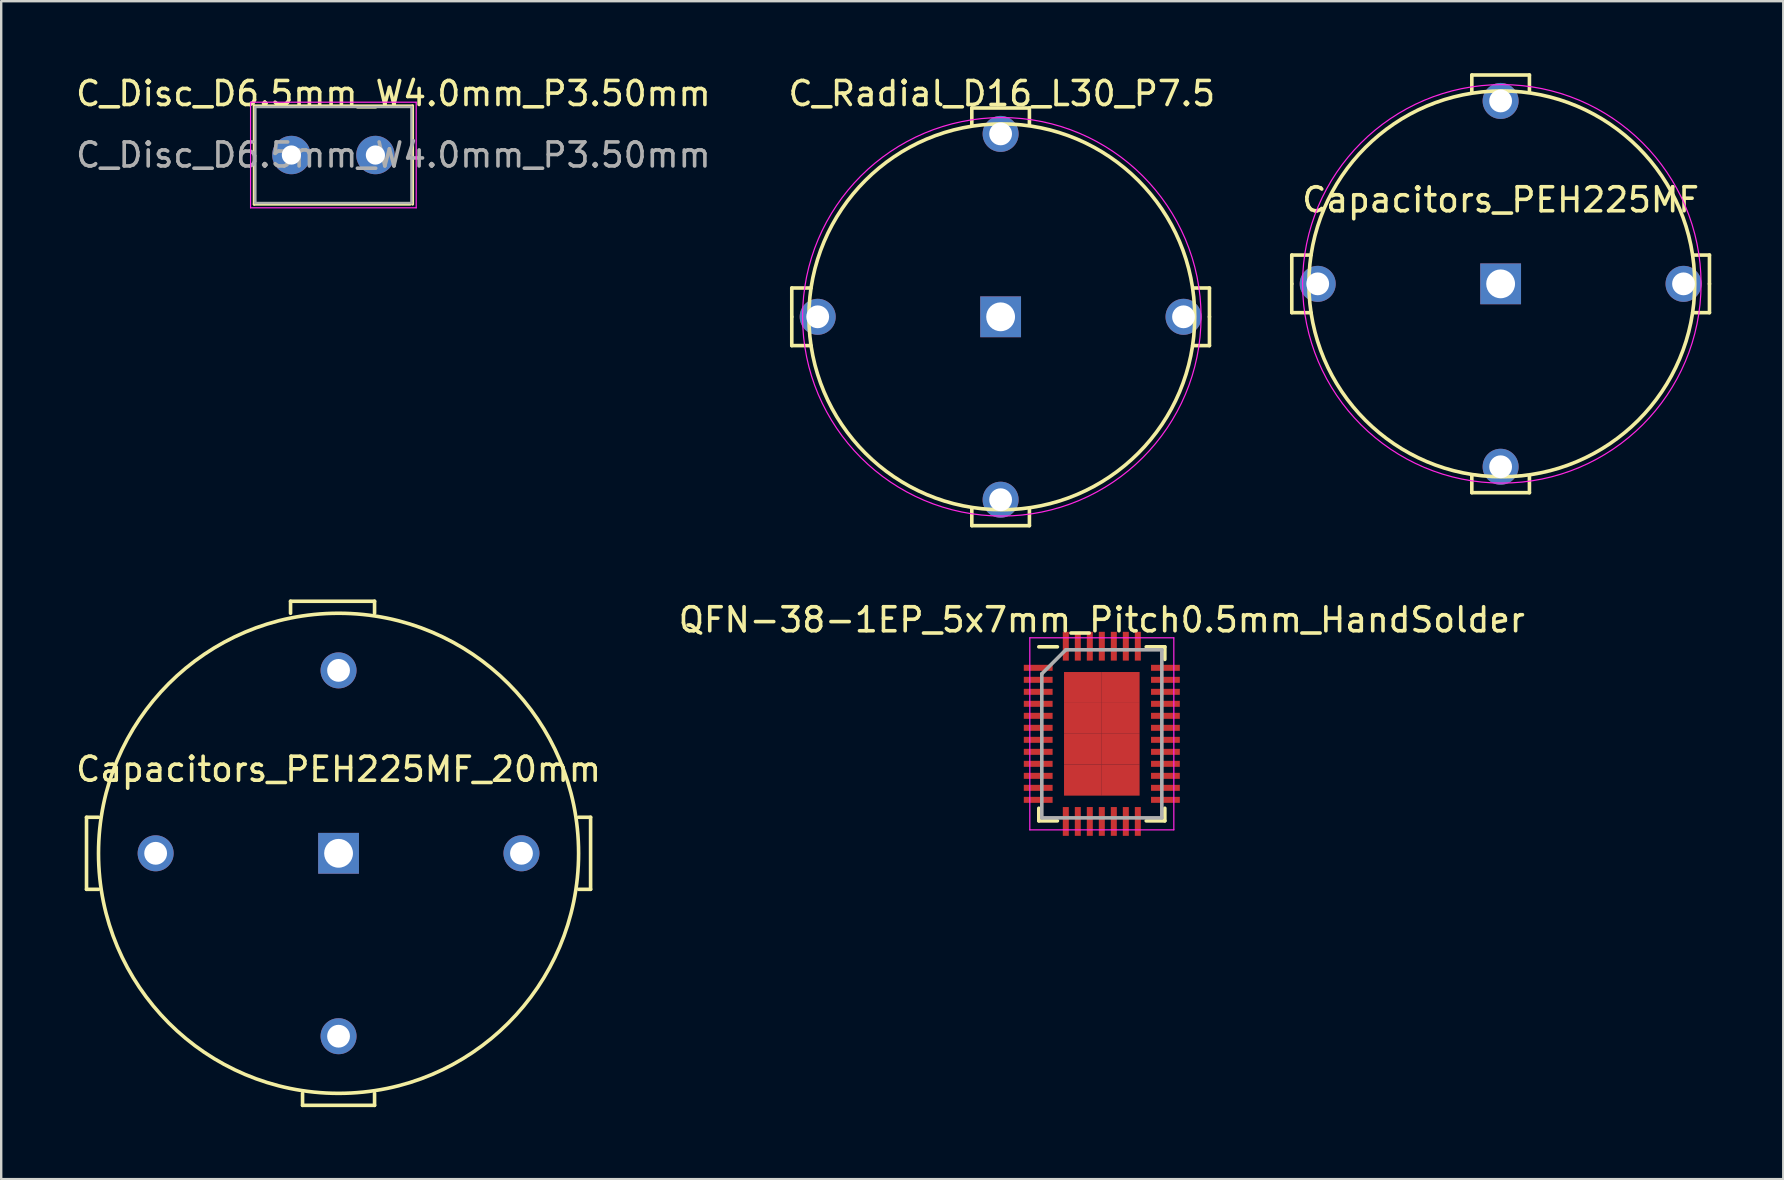
<source format=kicad_pcb>
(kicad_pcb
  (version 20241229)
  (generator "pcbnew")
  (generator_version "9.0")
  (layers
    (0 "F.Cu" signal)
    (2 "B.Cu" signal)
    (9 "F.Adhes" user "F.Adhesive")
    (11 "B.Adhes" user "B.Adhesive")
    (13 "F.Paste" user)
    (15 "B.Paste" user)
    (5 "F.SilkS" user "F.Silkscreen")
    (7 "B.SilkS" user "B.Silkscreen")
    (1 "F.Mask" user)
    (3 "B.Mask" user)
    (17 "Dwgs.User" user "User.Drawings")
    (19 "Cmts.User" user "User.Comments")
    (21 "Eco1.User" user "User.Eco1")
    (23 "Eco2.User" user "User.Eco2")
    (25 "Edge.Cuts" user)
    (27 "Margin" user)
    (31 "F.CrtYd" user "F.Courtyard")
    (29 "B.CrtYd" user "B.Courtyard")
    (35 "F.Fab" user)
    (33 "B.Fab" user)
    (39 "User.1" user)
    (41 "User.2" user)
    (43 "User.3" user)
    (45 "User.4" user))
  (footprint "C_Disc_D6.5mm_W4.0mm_P3.50mm"
    (layer "F.Cu")
    (at 10.839 3.408)
    (property "Reference" "C_Disc_D6.5mm_W4.0mm_P3.50mm" (at 2.5 -2.56 0) (layer "F.SilkS") (effects (font (size 1 1) (thickness 0.15))))
    (attr through_hole)
    (fp_line (start -3.3 -2.05) (end -3.3 2.05) (stroke (width 0.12) (type solid)) (layer "F.SilkS"))
    (fp_line (start -3.3 -2.05) (end 3.3 -2.05) (stroke (width 0.12) (type solid)) (layer "F.SilkS"))
    (fp_line (start -3.3 2.05) (end 3.2 2.05) (stroke (width 0.12) (type solid)) (layer "F.SilkS"))
    (fp_line (start 3.3 -2.05) (end 3.3 2.05) (stroke (width 0.12) (type solid)) (layer "F.SilkS"))
    (fp_line (start -3.45 -2.2) (end -3.45 2.2) (stroke (width 0.05) (type solid)) (layer "F.CrtYd"))
    (fp_line (start -3.45 2.2) (end 3.45 2.2) (stroke (width 0.05) (type solid)) (layer "F.CrtYd"))
    (fp_line (start 3.45 -2.2) (end -3.45 -2.2) (stroke (width 0.05) (type solid)) (layer "F.CrtYd"))
    (fp_line (start 3.45 2.2) (end 3.45 -2.2) (stroke (width 0.05) (type solid)) (layer "F.CrtYd"))
    (fp_line (start -3.25 -2) (end -3.25 2) (stroke (width 0.1) (type solid)) (layer "F.Fab"))
    (fp_line (start -3.25 2) (end 3.25 2) (stroke (width 0.1) (type solid)) (layer "F.Fab"))
    (fp_line (start 3.25 -2) (end -3.25 -2) (stroke (width 0.1) (type solid)) (layer "F.Fab"))
    (fp_line (start 3.25 2) (end 3.25 -2) (stroke (width 0.1) (type solid)) (layer "F.Fab"))
    (fp_text user "${REFERENCE}" (at 2.5 0 0) (layer "F.Fab") (effects (font (size 1 1) (thickness 0.15))))
    (pad "1" thru_hole circle (at -1.75 0) (size 1.6 1.6) (drill 0.8) (layers "*.Cu" "*.Mask"))
    (pad "2" thru_hole circle (at 1.75 0) (size 1.6 1.6) (drill 0.8) (layers "*.Cu" "*.Mask")))
  (footprint "C_Radial_D16_L30_P7.5"
    (layer "F.Cu")
    (at 38.635 10.148)
    (property "Reference" "C_Radial_D16_L30_P7.5" (at 0.05 -9.3 0) (layer "F.SilkS") (effects (font (size 1 1) (thickness 0.15))))
    (attr through_hole)
    (fp_line (start -8.7 -1.2) (end -7.9 -1.2) (stroke (width 0.15) (type solid)) (layer "F.SilkS"))
    (fp_line (start -8.7 0) (end -8.7 -1.2) (stroke (width 0.15) (type solid)) (layer "F.SilkS"))
    (fp_line (start -8.7 0) (end -8.7 1.2) (stroke (width 0.15) (type solid)) (layer "F.SilkS"))
    (fp_line (start -8.7 1.2) (end -7.9 1.2) (stroke (width 0.15) (type solid)) (layer "F.SilkS"))
    (fp_line (start -1.2 -8.7) (end -1.2 -8) (stroke (width 0.15) (type solid)) (layer "F.SilkS"))
    (fp_line (start -1.2 -8.7) (end 1.2 -8.7) (stroke (width 0.15) (type solid)) (layer "F.SilkS"))
    (fp_line (start -1.2 8) (end -1.2 8.7) (stroke (width 0.15) (type solid)) (layer "F.SilkS"))
    (fp_line (start -1.2 8.7) (end 1.2 8.7) (stroke (width 0.15) (type solid)) (layer "F.SilkS"))
    (fp_line (start 1.2 -8.7) (end 1.2 -8) (stroke (width 0.15) (type solid)) (layer "F.SilkS"))
    (fp_line (start 1.2 8.7) (end 1.2 8) (stroke (width 0.15) (type solid)) (layer "F.SilkS"))
    (fp_line (start 8.7 -1.2) (end 8 -1.2) (stroke (width 0.15) (type solid)) (layer "F.SilkS"))
    (fp_line (start 8.7 0) (end 8.7 -1.2) (stroke (width 0.15) (type solid)) (layer "F.SilkS"))
    (fp_line (start 8.7 0) (end 8.7 1.2) (stroke (width 0.15) (type solid)) (layer "F.SilkS"))
    (fp_line (start 8.7 1.2) (end 8 1.2) (stroke (width 0.15) (type solid)) (layer "F.SilkS"))
    (fp_circle (center 0.05 0) (end 0.05 -8.037) (stroke (width 0.15) (type solid)) (fill no) (layer "F.SilkS"))
    (fp_circle (center 0.05 0) (end 0.05 -8.3) (stroke (width 0.05) (type solid)) (fill no) (layer "F.CrtYd"))
    (pad "1" thru_hole rect (at 0 0) (size 1.7 1.7) (drill 1.2) (layers "*.Cu" "*.Mask"))
    (pad "2" thru_hole circle (at -7.62 0) (size 1.5 1.5) (drill 0.95) (layers "*.Cu" "*.Mask"))
    (pad "2" thru_hole circle (at 0 -7.62) (size 1.5 1.5) (drill 0.95) (layers "*.Cu" "*.Mask"))
    (pad "2" thru_hole circle (at 0 7.62) (size 1.5 1.5) (drill 0.95) (layers "*.Cu" "*.Mask"))
    (pad "2" thru_hole circle (at 7.62 0) (size 1.5 1.5) (drill 0.95) (layers "*.Cu" "*.Mask")))
  (footprint "Capacitors_PEH225MF"
    (layer "F.Cu")
    (at 59.465 8.775)
    (property "Reference" "Capacitors_PEH225MF" (at 0 -3.5 0) (layer "F.SilkS") (effects (font (size 1 1) (thickness 0.15))))
    (attr through_hole)
    (fp_line (start -8.7 -1.2) (end -7.9 -1.2) (stroke (width 0.15) (type solid)) (layer "F.SilkS"))
    (fp_line (start -8.7 0) (end -8.7 -1.2) (stroke (width 0.15) (type solid)) (layer "F.SilkS"))
    (fp_line (start -8.7 0) (end -8.7 1.2) (stroke (width 0.15) (type solid)) (layer "F.SilkS"))
    (fp_line (start -8.7 1.2) (end -7.9 1.2) (stroke (width 0.15) (type solid)) (layer "F.SilkS"))
    (fp_line (start -1.2 -8.7) (end -1.2 -8) (stroke (width 0.15) (type solid)) (layer "F.SilkS"))
    (fp_line (start -1.2 -8.7) (end 1.2 -8.7) (stroke (width 0.15) (type solid)) (layer "F.SilkS"))
    (fp_line (start -1.2 8) (end -1.2 8.7) (stroke (width 0.15) (type solid)) (layer "F.SilkS"))
    (fp_line (start -1.2 8.7) (end 1.2 8.7) (stroke (width 0.15) (type solid)) (layer "F.SilkS"))
    (fp_line (start 1.2 -8.7) (end 1.2 -8) (stroke (width 0.15) (type solid)) (layer "F.SilkS"))
    (fp_line (start 1.2 8.7) (end 1.2 8) (stroke (width 0.15) (type solid)) (layer "F.SilkS"))
    (fp_line (start 8.7 -1.2) (end 8 -1.2) (stroke (width 0.15) (type solid)) (layer "F.SilkS"))
    (fp_line (start 8.7 0) (end 8.7 -1.2) (stroke (width 0.15) (type solid)) (layer "F.SilkS"))
    (fp_line (start 8.7 0) (end 8.7 1.2) (stroke (width 0.15) (type solid)) (layer "F.SilkS"))
    (fp_line (start 8.7 1.2) (end 8 1.2) (stroke (width 0.15) (type solid)) (layer "F.SilkS"))
    (fp_circle (center 0.05 0) (end 0.05 -8.037) (stroke (width 0.15) (type solid)) (fill no) (layer "F.SilkS"))
    (fp_circle (center 0.05 0) (end 0.05 -8.3) (stroke (width 0.05) (type solid)) (fill no) (layer "F.CrtYd"))
    (pad "1" thru_hole rect (at 0 0) (size 1.7 1.7) (drill 1.2) (layers "*.Cu" "*.Mask"))
    (pad "2" thru_hole circle (at -7.62 0) (size 1.5 1.5) (drill 0.95) (layers "*.Cu" "*.Mask"))
    (pad "2" thru_hole circle (at 0 -7.62) (size 1.5 1.5) (drill 0.95) (layers "*.Cu" "*.Mask"))
    (pad "2" thru_hole circle (at 0 7.62) (size 1.5 1.5) (drill 0.95) (layers "*.Cu" "*.Mask"))
    (pad "2" thru_hole circle (at 7.62 0) (size 1.5 1.5) (drill 0.95) (layers "*.Cu" "*.Mask")))
  (footprint "Capacitors_PEH225MF_20mm"
    (layer "F.Cu")
    (at 11.054 32.498)
    (property "Reference" "Capacitors_PEH225MF_20mm" (at 0 -3.5 0) (layer "F.SilkS") (effects (font (size 1 1) (thickness 0.15))))
    (attr through_hole)
    (fp_line (start -10.5 -1.5) (end -10 -1.5) (stroke (width 0.15) (type solid)) (layer "F.SilkS"))
    (fp_line (start -10.5 1.5) (end -10.5 -1.5) (stroke (width 0.15) (type solid)) (layer "F.SilkS"))
    (fp_line (start -10 1.5) (end -10.5 1.5) (stroke (width 0.15) (type solid)) (layer "F.SilkS"))
    (fp_line (start -2 -10.5) (end -2 -10) (stroke (width 0.15) (type solid)) (layer "F.SilkS"))
    (fp_line (start -1.5 10) (end -1.5 10.5) (stroke (width 0.15) (type solid)) (layer "F.SilkS"))
    (fp_line (start -1.5 10.5) (end 1.5 10.5) (stroke (width 0.15) (type solid)) (layer "F.SilkS"))
    (fp_line (start 1.5 -10.5) (end -2 -10.5) (stroke (width 0.15) (type solid)) (layer "F.SilkS"))
    (fp_line (start 1.5 -10) (end 1.5 -10.5) (stroke (width 0.15) (type solid)) (layer "F.SilkS"))
    (fp_line (start 1.5 10.5) (end 1.5 10) (stroke (width 0.15) (type solid)) (layer "F.SilkS"))
    (fp_line (start 10 -1.5) (end 10.5 -1.5) (stroke (width 0.15) (type solid)) (layer "F.SilkS"))
    (fp_line (start 10.5 -1.5) (end 10.5 1.5) (stroke (width 0.15) (type solid)) (layer "F.SilkS"))
    (fp_line (start 10.5 1.5) (end 10 1.5) (stroke (width 0.15) (type solid)) (layer "F.SilkS"))
    (fp_circle (center 0 0) (end 10 0) (stroke (width 0.15) (type solid)) (fill no) (layer "F.SilkS"))
    (pad "1" thru_hole rect (at 0 0) (size 1.7 1.7) (drill 1.2) (layers "*.Cu" "*.Mask"))
    (pad "2" thru_hole circle (at -7.62 0) (size 1.5 1.5) (drill 0.95) (layers "*.Cu" "*.Mask"))
    (pad "2" thru_hole circle (at 0 -7.62) (size 1.5 1.5) (drill 0.95) (layers "*.Cu" "*.Mask"))
    (pad "2" thru_hole circle (at 0 7.62) (size 1.5 1.5) (drill 0.95) (layers "*.Cu" "*.Mask"))
    (pad "2" thru_hole circle (at 7.62 0) (size 1.5 1.5) (drill 0.95) (layers "*.Cu" "*.Mask")))
  (footprint "QFN-38-1EP_5x7mm_Pitch0.5mm_HandSolder"
    (layer "F.Cu")
    (at 42.851 27.521)
    (property "Reference" "QFN-38-1EP_5x7mm_Pitch0.5mm_HandSolder" (at 0 -4.75 0) (layer "F.SilkS") (effects (font (size 1 1) (thickness 0.15))))
    (attr smd)
    (fp_line (start -2.625 -3.625) (end -1.85 -3.625) (stroke (width 0.15) (type solid)) (layer "F.SilkS"))
    (fp_line (start -2.625 3.625) (end -2.625 3.1) (stroke (width 0.15) (type solid)) (layer "F.SilkS"))
    (fp_line (start -2.625 3.625) (end -1.85 3.625) (stroke (width 0.15) (type solid)) (layer "F.SilkS"))
    (fp_line (start 2.625 -3.625) (end 1.85 -3.625) (stroke (width 0.15) (type solid)) (layer "F.SilkS"))
    (fp_line (start 2.625 -3.625) (end 2.625 -3.1) (stroke (width 0.15) (type solid)) (layer "F.SilkS"))
    (fp_line (start 2.625 3.625) (end 1.85 3.625) (stroke (width 0.15) (type solid)) (layer "F.SilkS"))
    (fp_line (start 2.625 3.625) (end 2.625 3.1) (stroke (width 0.15) (type solid)) (layer "F.SilkS"))
    (fp_line (start -3 -4) (end -3 4) (stroke (width 0.05) (type solid)) (layer "F.CrtYd"))
    (fp_line (start -3 -4) (end 3 -4) (stroke (width 0.05) (type solid)) (layer "F.CrtYd"))
    (fp_line (start -3 4) (end 3 4) (stroke (width 0.05) (type solid)) (layer "F.CrtYd"))
    (fp_line (start 3 -4) (end 3 4) (stroke (width 0.05) (type solid)) (layer "F.CrtYd"))
    (fp_line (start -2.5 -2.5) (end -1.5 -3.5) (stroke (width 0.15) (type solid)) (layer "F.Fab"))
    (fp_line (start -2.5 3.5) (end -2.5 -2.5) (stroke (width 0.15) (type solid)) (layer "F.Fab"))
    (fp_line (start -1.5 -3.5) (end 2.5 -3.5) (stroke (width 0.15) (type solid)) (layer "F.Fab"))
    (fp_line (start 2.5 -3.5) (end 2.5 3.5) (stroke (width 0.15) (type solid)) (layer "F.Fab"))
    (fp_line (start 2.5 3.5) (end -2.5 3.5) (stroke (width 0.15) (type solid)) (layer "F.Fab"))
    (pad "1" smd rect (at -2.65 -2.75) (size 1.2 0.25) (layers "F.Cu" "F.Mask" "F.Paste"))
    (pad "2" smd rect (at -2.65 -2.25) (size 1.2 0.25) (layers "F.Cu" "F.Mask" "F.Paste"))
    (pad "3" smd rect (at -2.65 -1.75) (size 1.2 0.25) (layers "F.Cu" "F.Mask" "F.Paste"))
    (pad "4" smd rect (at -2.65 -1.25) (size 1.2 0.25) (layers "F.Cu" "F.Mask" "F.Paste"))
    (pad "5" smd rect (at -2.65 -0.75) (size 1.2 0.25) (layers "F.Cu" "F.Mask" "F.Paste"))
    (pad "6" smd rect (at -2.65 -0.25) (size 1.2 0.25) (layers "F.Cu" "F.Mask" "F.Paste"))
    (pad "7" smd rect (at -2.65 0.25) (size 1.2 0.25) (layers "F.Cu" "F.Mask" "F.Paste"))
    (pad "8" smd rect (at -2.65 0.75) (size 1.2 0.25) (layers "F.Cu" "F.Mask" "F.Paste"))
    (pad "9" smd rect (at -2.65 1.25) (size 1.2 0.25) (layers "F.Cu" "F.Mask" "F.Paste"))
    (pad "10" smd rect (at -2.65 1.75) (size 1.2 0.25) (layers "F.Cu" "F.Mask" "F.Paste"))
    (pad "11" smd rect (at -2.65 2.25) (size 1.2 0.25) (layers "F.Cu" "F.Mask" "F.Paste"))
    (pad "12" smd rect (at -2.65 2.75) (size 1.2 0.25) (layers "F.Cu" "F.Mask" "F.Paste"))
    (pad "13" smd rect (at -1.5 3.65 90) (size 1.2 0.25) (layers "F.Cu" "F.Mask" "F.Paste"))
    (pad "14" smd rect (at -1 3.65 90) (size 1.2 0.25) (layers "F.Cu" "F.Mask" "F.Paste"))
    (pad "15" smd rect (at -0.5 3.65 90) (size 1.2 0.25) (layers "F.Cu" "F.Mask" "F.Paste"))
    (pad "16" smd rect (at 0 3.65 90) (size 1.2 0.25) (layers "F.Cu" "F.Mask" "F.Paste"))
    (pad "17" smd rect (at 0.5 3.65 90) (size 1.2 0.25) (layers "F.Cu" "F.Mask" "F.Paste"))
    (pad "18" smd rect (at 1 3.65 90) (size 1.2 0.25) (layers "F.Cu" "F.Mask" "F.Paste"))
    (pad "19" smd rect (at 1.5 3.65 90) (size 1.2 0.25) (layers "F.Cu" "F.Mask" "F.Paste"))
    (pad "20" smd rect (at 2.65 2.75) (size 1.2 0.25) (layers "F.Cu" "F.Mask" "F.Paste"))
    (pad "21" smd rect (at 2.65 2.25) (size 1.2 0.25) (layers "F.Cu" "F.Mask" "F.Paste"))
    (pad "22" smd rect (at 2.65 1.75) (size 1.2 0.25) (layers "F.Cu" "F.Mask" "F.Paste"))
    (pad "23" smd rect (at 2.65 1.25) (size 1.2 0.25) (layers "F.Cu" "F.Mask" "F.Paste"))
    (pad "24" smd rect (at 2.65 0.75) (size 1.2 0.25) (layers "F.Cu" "F.Mask" "F.Paste"))
    (pad "25" smd rect (at 2.65 0.25) (size 1.2 0.25) (layers "F.Cu" "F.Mask" "F.Paste"))
    (pad "26" smd rect (at 2.65 -0.25) (size 1.2 0.25) (layers "F.Cu" "F.Mask" "F.Paste"))
    (pad "27" smd rect (at 2.65 -0.75) (size 1.2 0.25) (layers "F.Cu" "F.Mask" "F.Paste"))
    (pad "28" smd rect (at 2.65 -1.25) (size 1.2 0.25) (layers "F.Cu" "F.Mask" "F.Paste"))
    (pad "29" smd rect (at 2.65 -1.75) (size 1.2 0.25) (layers "F.Cu" "F.Mask" "F.Paste"))
    (pad "30" smd rect (at 2.65 -2.25) (size 1.2 0.25) (layers "F.Cu" "F.Mask" "F.Paste"))
    (pad "31" smd rect (at 2.65 -2.75) (size 1.2 0.25) (layers "F.Cu" "F.Mask" "F.Paste"))
    (pad "32" smd rect (at 1.5 -3.65 90) (size 1.2 0.25) (layers "F.Cu" "F.Mask" "F.Paste"))
    (pad "33" smd rect (at 1 -3.65 90) (size 1.2 0.25) (layers "F.Cu" "F.Mask" "F.Paste"))
    (pad "34" smd rect (at 0.5 -3.65 90) (size 1.2 0.25) (layers "F.Cu" "F.Mask" "F.Paste"))
    (pad "35" smd rect (at 0 -3.65 90) (size 1.2 0.25) (layers "F.Cu" "F.Mask" "F.Paste"))
    (pad "36" smd rect (at -0.5 -3.65 90) (size 1.2 0.25) (layers "F.Cu" "F.Mask" "F.Paste"))
    (pad "37" smd rect (at -1 -3.65 90) (size 1.2 0.25) (layers "F.Cu" "F.Mask" "F.Paste"))
    (pad "38" smd rect (at -1.5 -3.65 90) (size 1.2 0.25) (layers "F.Cu" "F.Mask" "F.Paste"))
    (pad "39" smd rect (at -0.787 -1.931) (size 1.575 1.288) (layers "F.Cu" "F.Mask" "F.Paste"))
    (pad "39" smd rect (at -0.787 -0.644) (size 1.575 1.288) (layers "F.Cu" "F.Mask" "F.Paste"))
    (pad "39" smd rect (at -0.787 0.644) (size 1.575 1.288) (layers "F.Cu" "F.Mask" "F.Paste"))
    (pad "39" smd rect (at -0.787 1.931) (size 1.575 1.288) (layers "F.Cu" "F.Mask" "F.Paste"))
    (pad "39" smd rect (at 0.787 -1.931) (size 1.575 1.288) (layers "F.Cu" "F.Mask" "F.Paste"))
    (pad "39" smd rect (at 0.787 -0.644) (size 1.575 1.288) (layers "F.Cu" "F.Mask" "F.Paste"))
    (pad "39" smd rect (at 0.787 0.644) (size 1.575 1.288) (layers "F.Cu" "F.Mask" "F.Paste"))
    (pad "39" smd rect (at 0.787 1.931) (size 1.575 1.288) (layers "F.Cu" "F.Mask" "F.Paste")))
  (gr_rect
    (start -3 -3)
    (end 71.24 46.073)
    (stroke (width 0.1) (type default))
    (fill no)
    (layer "Edge.Cuts")))
</source>
